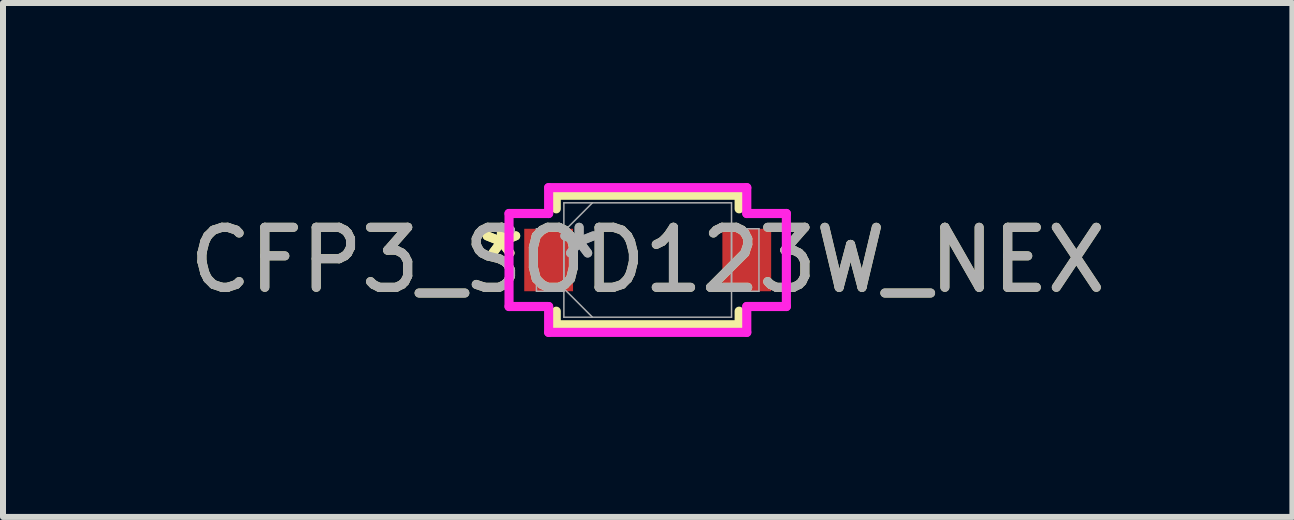
<source format=kicad_pcb>
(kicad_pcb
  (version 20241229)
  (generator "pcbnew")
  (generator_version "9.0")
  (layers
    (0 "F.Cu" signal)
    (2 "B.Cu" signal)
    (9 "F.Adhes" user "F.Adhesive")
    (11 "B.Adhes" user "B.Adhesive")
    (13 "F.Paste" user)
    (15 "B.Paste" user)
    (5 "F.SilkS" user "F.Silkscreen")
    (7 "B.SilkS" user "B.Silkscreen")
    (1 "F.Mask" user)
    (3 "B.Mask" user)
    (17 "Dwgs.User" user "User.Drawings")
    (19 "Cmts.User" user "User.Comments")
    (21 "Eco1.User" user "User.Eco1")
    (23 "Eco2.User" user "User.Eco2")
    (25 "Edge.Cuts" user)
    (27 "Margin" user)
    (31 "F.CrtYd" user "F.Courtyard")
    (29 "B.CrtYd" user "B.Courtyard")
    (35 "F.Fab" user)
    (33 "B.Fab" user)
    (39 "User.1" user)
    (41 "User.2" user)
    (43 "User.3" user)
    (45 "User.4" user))
  (footprint "CFP3_SOD123W_NEX"
    (layer "F.Cu")
    (at 7.744 1.283)
    (property "Reference" "CFP3_SOD123W_NEX" (at 0 0 0) (unlocked yes) (layer "F.SilkS") (effects (font (size 1 1) (thickness 0.15))))
    (attr smd)
    (fp_line (start -1.524 -1.079) (end -1.524 -0.853) (stroke (width 0.152) (type solid)) (layer "F.SilkS"))
    (fp_line (start -1.524 0.853) (end -1.524 1.079) (stroke (width 0.152) (type solid)) (layer "F.SilkS"))
    (fp_line (start -1.524 1.079) (end 1.524 1.079) (stroke (width 0.152) (type solid)) (layer "F.SilkS"))
    (fp_line (start 1.524 -1.079) (end -1.524 -1.079) (stroke (width 0.152) (type solid)) (layer "F.SilkS"))
    (fp_line (start 1.524 -0.853) (end 1.524 -1.079) (stroke (width 0.152) (type solid)) (layer "F.SilkS"))
    (fp_line (start 1.524 1.079) (end 1.524 0.853) (stroke (width 0.152) (type solid)) (layer "F.SilkS"))
    (fp_line (start -2.311 -0.775) (end -1.651 -0.775) (stroke (width 0.152) (type solid)) (layer "F.CrtYd"))
    (fp_line (start -2.311 0.775) (end -2.311 -0.775) (stroke (width 0.152) (type solid)) (layer "F.CrtYd"))
    (fp_line (start -1.651 -1.206) (end 1.651 -1.206) (stroke (width 0.152) (type solid)) (layer "F.CrtYd"))
    (fp_line (start -1.651 -0.775) (end -1.651 -1.206) (stroke (width 0.152) (type solid)) (layer "F.CrtYd"))
    (fp_line (start -1.651 0.775) (end -2.311 0.775) (stroke (width 0.152) (type solid)) (layer "F.CrtYd"))
    (fp_line (start -1.651 1.206) (end -1.651 0.775) (stroke (width 0.152) (type solid)) (layer "F.CrtYd"))
    (fp_line (start 1.651 -1.206) (end 1.651 -0.775) (stroke (width 0.152) (type solid)) (layer "F.CrtYd"))
    (fp_line (start 1.651 -0.775) (end 2.311 -0.775) (stroke (width 0.152) (type solid)) (layer "F.CrtYd"))
    (fp_line (start 1.651 0.775) (end 1.651 1.206) (stroke (width 0.152) (type solid)) (layer "F.CrtYd"))
    (fp_line (start 1.651 1.206) (end -1.651 1.206) (stroke (width 0.152) (type solid)) (layer "F.CrtYd"))
    (fp_line (start 2.311 -0.775) (end 2.311 0.775) (stroke (width 0.152) (type solid)) (layer "F.CrtYd"))
    (fp_line (start 2.311 0.775) (end 1.651 0.775) (stroke (width 0.152) (type solid)) (layer "F.CrtYd"))
    (fp_line (start -1.854 -0.521) (end -1.854 0.521) (stroke (width 0.025) (type solid)) (layer "F.Fab"))
    (fp_line (start -1.854 0.521) (end -1.397 0.521) (stroke (width 0.025) (type solid)) (layer "F.Fab"))
    (fp_line (start -1.397 -0.953) (end -1.397 0.953) (stroke (width 0.025) (type solid)) (layer "F.Fab"))
    (fp_line (start -1.397 -0.521) (end -1.854 -0.521) (stroke (width 0.025) (type solid)) (layer "F.Fab"))
    (fp_line (start -1.397 -0.476) (end -0.921 -0.953) (stroke (width 0.025) (type solid)) (layer "F.Fab"))
    (fp_line (start -1.397 0.476) (end -0.921 0.953) (stroke (width 0.025) (type solid)) (layer "F.Fab"))
    (fp_line (start -1.397 0.521) (end -1.397 -0.521) (stroke (width 0.025) (type solid)) (layer "F.Fab"))
    (fp_line (start -1.397 0.953) (end 1.397 0.953) (stroke (width 0.025) (type solid)) (layer "F.Fab"))
    (fp_line (start 1.397 -0.953) (end -1.397 -0.953) (stroke (width 0.025) (type solid)) (layer "F.Fab"))
    (fp_line (start 1.397 -0.521) (end 1.397 0.521) (stroke (width 0.025) (type solid)) (layer "F.Fab"))
    (fp_line (start 1.397 0.521) (end 1.854 0.521) (stroke (width 0.025) (type solid)) (layer "F.Fab"))
    (fp_line (start 1.397 0.953) (end 1.397 -0.953) (stroke (width 0.025) (type solid)) (layer "F.Fab"))
    (fp_line (start 1.854 -0.521) (end 1.397 -0.521) (stroke (width 0.025) (type solid)) (layer "F.Fab"))
    (fp_line (start 1.854 0.521) (end 1.854 -0.521) (stroke (width 0.025) (type solid)) (layer "F.Fab"))
    (fp_text user "*" (at -2.438 0 0) (unlocked yes) (layer "F.SilkS") (effects (font (size 1 1) (thickness 0.15))))
    (fp_text user "*" (at -2.438 0 0) (layer "F.SilkS") (effects (font (size 1 1) (thickness 0.15))))
    (fp_text user "*" (at -1.143 0 0) (layer "F.Fab") (effects (font (size 1 1) (thickness 0.15))))
    (fp_text user "${REFERENCE}" (at 0 0 0) (unlocked yes) (layer "F.Fab") (effects (font (size 1 1) (thickness 0.15))))
    (fp_text user "*" (at -1.143 0 0) (unlocked yes) (layer "F.Fab") (effects (font (size 1 1) (thickness 0.15))))
    (pad "1" smd rect (at -1.651 0) (size 0.813 1.041) (layers "F.Cu" "F.Mask" "F.Paste"))
    (pad "2" smd rect (at 1.651 0) (size 0.813 1.041) (layers "F.Cu" "F.Mask" "F.Paste"))
    (zone (net_name "") (layer "F.Cu") (hatch full 0.508) (connect_pads) (min_thickness 0.254) (filled_areas_thickness no) (keepout (tracks not_allowed) (vias not_allowed) (pads allowed) (copperpour not_allowed) (footprints allowed)) (placement (enabled no)) (fill) (polygon (pts (xy 6.55 0.381) (xy 8.938 0.381) (xy 8.938 2.184) (xy 6.55 2.184)))))
  (gr_rect
    (start -3 -3)
    (end 18.488 5.565)
    (stroke (width 0.1) (type default))
    (fill no)
    (layer "Edge.Cuts")))
</source>
